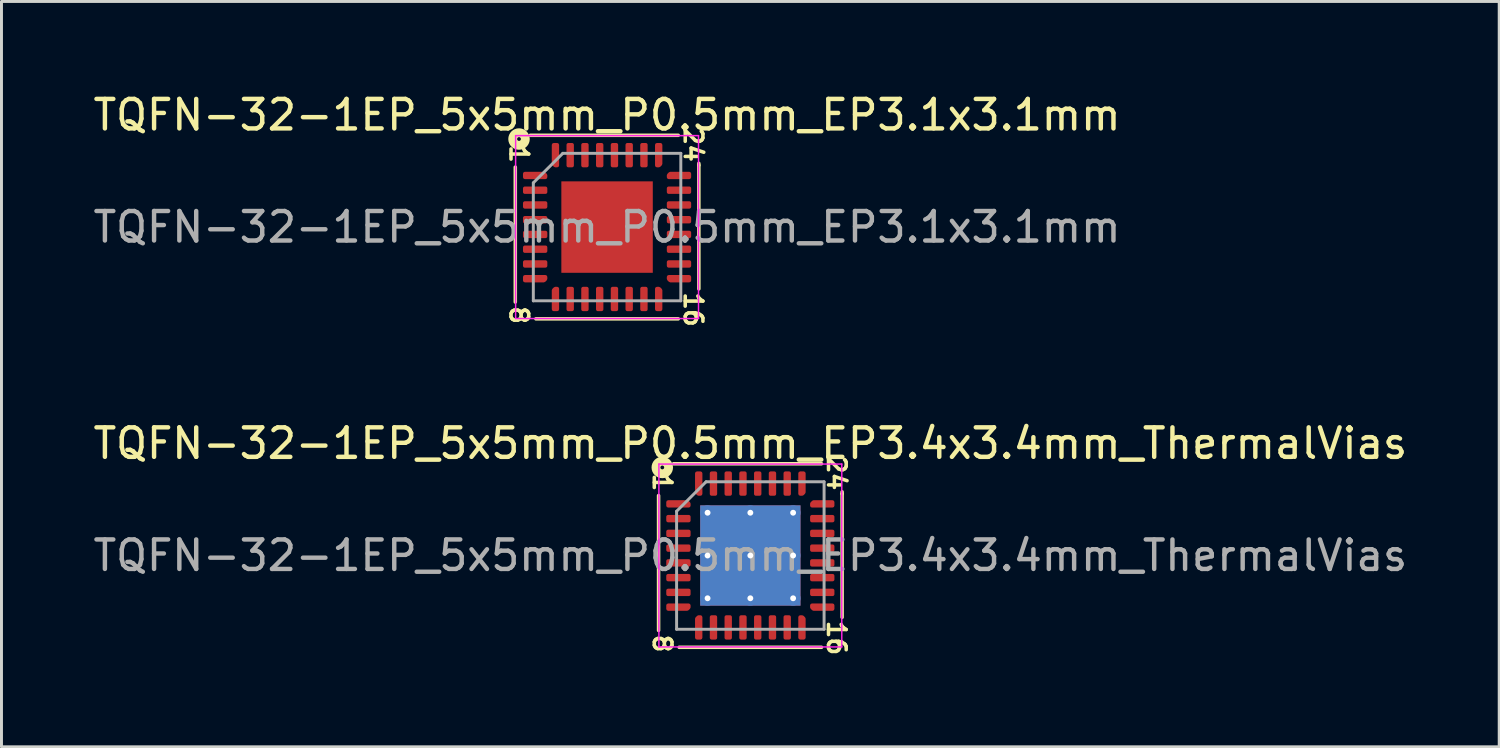
<source format=kicad_pcb>
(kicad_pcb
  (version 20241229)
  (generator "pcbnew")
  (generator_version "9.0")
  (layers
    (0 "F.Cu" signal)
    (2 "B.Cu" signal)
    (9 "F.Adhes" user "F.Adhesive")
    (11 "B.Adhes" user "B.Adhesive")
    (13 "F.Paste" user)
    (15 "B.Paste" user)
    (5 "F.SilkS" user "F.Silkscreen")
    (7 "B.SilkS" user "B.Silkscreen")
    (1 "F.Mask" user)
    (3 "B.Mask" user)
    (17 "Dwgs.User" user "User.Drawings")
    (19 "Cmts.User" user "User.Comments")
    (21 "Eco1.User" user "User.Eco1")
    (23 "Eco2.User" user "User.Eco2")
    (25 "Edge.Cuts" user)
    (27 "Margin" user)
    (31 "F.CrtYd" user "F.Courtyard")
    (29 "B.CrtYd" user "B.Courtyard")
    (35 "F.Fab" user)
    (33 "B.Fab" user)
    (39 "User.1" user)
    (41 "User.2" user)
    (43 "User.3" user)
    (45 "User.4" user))
  (footprint "TQFN-32-1EP_5x5mm_P0.5mm_EP3.1x3.1mm"
    (layer "F.Cu")
    (at 17.53 4.648)
    (property "Reference" "TQFN-32-1EP_5x5mm_P0.5mm_EP3.1x3.1mm" (at 0 -3.8 0) (layer "F.SilkS") (effects (font (size 1 1) (thickness 0.15))))
    (attr smd)
    (fp_line (start -3.111 -2.032) (end -3.111 2.54) (stroke (width 0.12) (type solid)) (layer "F.SilkS"))
    (fp_line (start -2.413 3.111) (end 2.413 3.111) (stroke (width 0.12) (type solid)) (layer "F.SilkS"))
    (fp_line (start 2.413 -3.111) (end -2.603 -3.111) (stroke (width 0.12) (type solid)) (layer "F.SilkS"))
    (fp_line (start 3.111 -2.095) (end 3.111 -2.159) (stroke (width 0.12) (type solid)) (layer "F.SilkS"))
    (fp_line (start 3.111 2.095) (end 3.111 -2.095) (stroke (width 0.12) (type solid)) (layer "F.SilkS"))
    (fp_circle (center -2.985 -2.985) (end -2.921 -2.985) (stroke (width 0.3) (type solid)) (fill no) (layer "F.SilkS"))
    (fp_line (start -3.1 -3.1) (end -3.1 3.1) (stroke (width 0.05) (type solid)) (layer "F.CrtYd"))
    (fp_line (start -3.1 3.1) (end 3.1 3.1) (stroke (width 0.05) (type solid)) (layer "F.CrtYd"))
    (fp_line (start 3.1 -3.1) (end -3.1 -3.1) (stroke (width 0.05) (type solid)) (layer "F.CrtYd"))
    (fp_line (start 3.1 3.1) (end 3.1 -3.1) (stroke (width 0.05) (type solid)) (layer "F.CrtYd"))
    (fp_line (start -2.5 -1.5) (end -1.5 -2.5) (stroke (width 0.1) (type solid)) (layer "F.Fab"))
    (fp_line (start -2.5 2.5) (end -2.5 -1.5) (stroke (width 0.1) (type solid)) (layer "F.Fab"))
    (fp_line (start -1.5 -2.5) (end 2.5 -2.5) (stroke (width 0.1) (type solid)) (layer "F.Fab"))
    (fp_line (start 2.5 -2.5) (end 2.5 2.5) (stroke (width 0.1) (type solid)) (layer "F.Fab"))
    (fp_line (start 2.5 2.5) (end -2.5 2.5) (stroke (width 0.1) (type solid)) (layer "F.Fab"))
    (fp_text user "8" (at -2.985 2.985 270) (unlocked yes) (layer "F.SilkS") (effects (font (size 0.6 0.6) (thickness 0.12))))
    (fp_text user "1" (at -2.985 -2.477 270) (unlocked yes) (layer "F.SilkS") (effects (font (size 0.6 0.6) (thickness 0.12))))
    (fp_text user "24" (at 2.921 -2.794 270) (unlocked yes) (layer "F.SilkS") (effects (font (size 0.6 0.6) (thickness 0.12))))
    (fp_text user "16" (at 2.921 2.794 270) (unlocked yes) (layer "F.SilkS") (effects (font (size 0.6 0.6) (thickness 0.12))))
    (fp_text user "${REFERENCE}" (at 0 0 0) (layer "F.Fab") (effects (font (size 1 1) (thickness 0.15))))
    (pad "" smd roundrect (at -0.775 -0.775) (size 1.25 1.25) (layers "F.Paste") (roundrect_rratio 0.2))
    (pad "" smd roundrect (at -0.775 0.775) (size 1.25 1.25) (layers "F.Paste") (roundrect_rratio 0.2))
    (pad "" smd roundrect (at 0.775 -0.775) (size 1.25 1.25) (layers "F.Paste") (roundrect_rratio 0.2))
    (pad "" smd roundrect (at 0.775 0.775) (size 1.25 1.25) (layers "F.Paste") (roundrect_rratio 0.2))
    (pad "1" smd custom (at -2.438 -1.75) (size 0.186 0.186) (layers "F.Cu" "F.Mask" "F.Paste") (options (anchor circle)) (primitives (gr_poly (pts (xy 0.35 -0.009) (xy 0.35 0.062) (xy -0.35 0.062) (xy -0.35 -0.062) (xy 0.297 -0.062)) (width 0.125) (fill yes))))
    (pad "2" smd roundrect (at -2.438 -1.25) (size 0.825 0.25) (layers "F.Cu" "F.Mask" "F.Paste") (roundrect_rratio 0.25))
    (pad "3" smd roundrect (at -2.438 -0.75) (size 0.825 0.25) (layers "F.Cu" "F.Mask" "F.Paste") (roundrect_rratio 0.25))
    (pad "4" smd roundrect (at -2.438 -0.25) (size 0.825 0.25) (layers "F.Cu" "F.Mask" "F.Paste") (roundrect_rratio 0.25))
    (pad "5" smd roundrect (at -2.438 0.25) (size 0.825 0.25) (layers "F.Cu" "F.Mask" "F.Paste") (roundrect_rratio 0.25))
    (pad "6" smd roundrect (at -2.438 0.75) (size 0.825 0.25) (layers "F.Cu" "F.Mask" "F.Paste") (roundrect_rratio 0.25))
    (pad "7" smd roundrect (at -2.438 1.25) (size 0.825 0.25) (layers "F.Cu" "F.Mask" "F.Paste") (roundrect_rratio 0.25))
    (pad "8" smd custom (at -2.438 1.75) (size 0.186 0.186) (layers "F.Cu" "F.Mask" "F.Paste") (options (anchor circle)) (primitives (gr_poly (pts (xy 0.35 0.009) (xy 0.297 0.062) (xy -0.35 0.062) (xy -0.35 -0.062) (xy 0.35 -0.062)) (width 0.125) (fill yes))))
    (pad "9" smd custom (at -1.75 2.438) (size 0.186 0.186) (layers "F.Cu" "F.Mask" "F.Paste") (options (anchor circle)) (primitives (gr_poly (pts (xy 0.062 0.35) (xy -0.062 0.35) (xy -0.062 -0.297) (xy -0.009 -0.35) (xy 0.062 -0.35)) (width 0.125) (fill yes))))
    (pad "10" smd roundrect (at -1.25 2.438) (size 0.25 0.825) (layers "F.Cu" "F.Mask" "F.Paste") (roundrect_rratio 0.25))
    (pad "11" smd roundrect (at -0.75 2.438) (size 0.25 0.825) (layers "F.Cu" "F.Mask" "F.Paste") (roundrect_rratio 0.25))
    (pad "12" smd roundrect (at -0.25 2.438) (size 0.25 0.825) (layers "F.Cu" "F.Mask" "F.Paste") (roundrect_rratio 0.25))
    (pad "13" smd roundrect (at 0.25 2.438) (size 0.25 0.825) (layers "F.Cu" "F.Mask" "F.Paste") (roundrect_rratio 0.25))
    (pad "14" smd roundrect (at 0.75 2.438) (size 0.25 0.825) (layers "F.Cu" "F.Mask" "F.Paste") (roundrect_rratio 0.25))
    (pad "15" smd roundrect (at 1.25 2.438) (size 0.25 0.825) (layers "F.Cu" "F.Mask" "F.Paste") (roundrect_rratio 0.25))
    (pad "16" smd custom (at 1.75 2.438) (size 0.186 0.186) (layers "F.Cu" "F.Mask" "F.Paste") (options (anchor circle)) (primitives (gr_poly (pts (xy 0.062 -0.297) (xy 0.062 0.35) (xy -0.062 0.35) (xy -0.062 -0.35) (xy 0.009 -0.35)) (width 0.125) (fill yes))))
    (pad "17" smd custom (at 2.438 1.75) (size 0.186 0.186) (layers "F.Cu" "F.Mask" "F.Paste") (options (anchor circle)) (primitives (gr_poly (pts (xy 0.35 0.062) (xy -0.297 0.062) (xy -0.35 0.009) (xy -0.35 -0.062) (xy 0.35 -0.062)) (width 0.125) (fill yes))))
    (pad "18" smd roundrect (at 2.438 1.25) (size 0.825 0.25) (layers "F.Cu" "F.Mask" "F.Paste") (roundrect_rratio 0.25))
    (pad "19" smd roundrect (at 2.438 0.75) (size 0.825 0.25) (layers "F.Cu" "F.Mask" "F.Paste") (roundrect_rratio 0.25))
    (pad "20" smd roundrect (at 2.438 0.25) (size 0.825 0.25) (layers "F.Cu" "F.Mask" "F.Paste") (roundrect_rratio 0.25))
    (pad "21" smd roundrect (at 2.438 -0.25) (size 0.825 0.25) (layers "F.Cu" "F.Mask" "F.Paste") (roundrect_rratio 0.25))
    (pad "22" smd roundrect (at 2.438 -0.75) (size 0.825 0.25) (layers "F.Cu" "F.Mask" "F.Paste") (roundrect_rratio 0.25))
    (pad "23" smd roundrect (at 2.438 -1.25) (size 0.825 0.25) (layers "F.Cu" "F.Mask" "F.Paste") (roundrect_rratio 0.25))
    (pad "24" smd custom (at 2.438 -1.75) (size 0.186 0.186) (layers "F.Cu" "F.Mask" "F.Paste") (options (anchor circle)) (primitives (gr_poly (pts (xy 0.35 0.062) (xy -0.35 0.062) (xy -0.35 -0.009) (xy -0.297 -0.062) (xy 0.35 -0.062)) (width 0.125) (fill yes))))
    (pad "25" smd custom (at 1.75 -2.438) (size 0.186 0.186) (layers "F.Cu" "F.Mask" "F.Paste") (options (anchor circle)) (primitives (gr_poly (pts (xy 0.062 0.297) (xy 0.009 0.35) (xy -0.062 0.35) (xy -0.062 -0.35) (xy 0.062 -0.35)) (width 0.125) (fill yes))))
    (pad "26" smd roundrect (at 1.25 -2.438) (size 0.25 0.825) (layers "F.Cu" "F.Mask" "F.Paste") (roundrect_rratio 0.25))
    (pad "27" smd roundrect (at 0.75 -2.438) (size 0.25 0.825) (layers "F.Cu" "F.Mask" "F.Paste") (roundrect_rratio 0.25))
    (pad "28" smd roundrect (at 0.25 -2.438) (size 0.25 0.825) (layers "F.Cu" "F.Mask" "F.Paste") (roundrect_rratio 0.25))
    (pad "29" smd roundrect (at -0.25 -2.438) (size 0.25 0.825) (layers "F.Cu" "F.Mask" "F.Paste") (roundrect_rratio 0.25))
    (pad "30" smd roundrect (at -0.75 -2.438) (size 0.25 0.825) (layers "F.Cu" "F.Mask" "F.Paste") (roundrect_rratio 0.25))
    (pad "31" smd roundrect (at -1.25 -2.438) (size 0.25 0.825) (layers "F.Cu" "F.Mask" "F.Paste") (roundrect_rratio 0.25))
    (pad "32" smd custom (at -1.75 -2.438) (size 0.186 0.186) (layers "F.Cu" "F.Mask" "F.Paste") (options (anchor circle)) (primitives (gr_poly (pts (xy 0.062 0.35) (xy -0.009 0.35) (xy -0.062 0.297) (xy -0.062 -0.35) (xy 0.062 -0.35)) (width 0.125) (fill yes))))
    (pad "33" smd rect (at 0 0) (size 3.1 3.1) (layers "F.Cu" "F.Mask")))
  (footprint "TQFN-32-1EP_5x5mm_P0.5mm_EP3.4x3.4mm_ThermalVias"
    (layer "F.Cu")
    (at 22.387 15.782)
    (property "Reference" "TQFN-32-1EP_5x5mm_P0.5mm_EP3.4x3.4mm_ThermalVias" (at 0 -3.8 0) (layer "F.SilkS") (effects (font (size 1 1) (thickness 0.15))))
    (attr smd)
    (fp_line (start -3.111 -2.032) (end -3.111 2.54) (stroke (width 0.12) (type solid)) (layer "F.SilkS"))
    (fp_line (start -2.413 3.111) (end 2.413 3.111) (stroke (width 0.12) (type solid)) (layer "F.SilkS"))
    (fp_line (start 2.413 -3.111) (end -2.603 -3.111) (stroke (width 0.12) (type solid)) (layer "F.SilkS"))
    (fp_line (start 3.111 -2.095) (end 3.111 -2.159) (stroke (width 0.12) (type solid)) (layer "F.SilkS"))
    (fp_line (start 3.111 2.095) (end 3.111 -2.095) (stroke (width 0.12) (type solid)) (layer "F.SilkS"))
    (fp_circle (center -2.985 -2.985) (end -2.921 -2.985) (stroke (width 0.3) (type solid)) (fill no) (layer "F.SilkS"))
    (fp_line (start -3.1 -3.1) (end -3.1 3.1) (stroke (width 0.05) (type solid)) (layer "F.CrtYd"))
    (fp_line (start -3.1 3.1) (end 3.1 3.1) (stroke (width 0.05) (type solid)) (layer "F.CrtYd"))
    (fp_line (start 3.1 -3.1) (end -3.1 -3.1) (stroke (width 0.05) (type solid)) (layer "F.CrtYd"))
    (fp_line (start 3.1 3.1) (end 3.1 -3.1) (stroke (width 0.05) (type solid)) (layer "F.CrtYd"))
    (fp_line (start -2.5 -1.5) (end -1.5 -2.5) (stroke (width 0.1) (type solid)) (layer "F.Fab"))
    (fp_line (start -2.5 2.5) (end -2.5 -1.5) (stroke (width 0.1) (type solid)) (layer "F.Fab"))
    (fp_line (start -1.5 -2.5) (end 2.5 -2.5) (stroke (width 0.1) (type solid)) (layer "F.Fab"))
    (fp_line (start 2.5 -2.5) (end 2.5 2.5) (stroke (width 0.1) (type solid)) (layer "F.Fab"))
    (fp_line (start 2.5 2.5) (end -2.5 2.5) (stroke (width 0.1) (type solid)) (layer "F.Fab"))
    (fp_text user "16" (at 2.921 2.794 270) (unlocked yes) (layer "F.SilkS") (effects (font (size 0.6 0.6) (thickness 0.12))))
    (fp_text user "24" (at 2.921 -2.794 270) (unlocked yes) (layer "F.SilkS") (effects (font (size 0.6 0.6) (thickness 0.12))))
    (fp_text user "8" (at -2.985 2.985 270) (unlocked yes) (layer "F.SilkS") (effects (font (size 0.6 0.6) (thickness 0.12))))
    (fp_text user "1" (at -2.985 -2.477 270) (unlocked yes) (layer "F.SilkS") (effects (font (size 0.6 0.6) (thickness 0.12))))
    (fp_text user "${REFERENCE}" (at 0 0 0) (layer "F.Fab") (effects (font (size 1 1) (thickness 0.15))))
    (pad "" smd roundrect (at -0.85 -0.85) (size 1.47 1.47) (layers "F.Paste") (roundrect_rratio 0.17))
    (pad "" smd roundrect (at -0.85 0.85) (size 1.47 1.47) (layers "F.Paste") (roundrect_rratio 0.17))
    (pad "" smd roundrect (at 0.85 -0.85) (size 1.47 1.47) (layers "F.Paste") (roundrect_rratio 0.17))
    (pad "" smd roundrect (at 0.85 0.85) (size 1.47 1.47) (layers "F.Paste") (roundrect_rratio 0.17))
    (pad "1" smd custom (at -2.438 -1.75) (size 0.186 0.186) (layers "F.Cu" "F.Mask" "F.Paste") (options (anchor circle)) (primitives (gr_poly (pts (xy 0.35 -0.009) (xy 0.35 0.062) (xy -0.35 0.062) (xy -0.35 -0.062) (xy 0.297 -0.062)) (width 0.125) (fill yes))))
    (pad "2" smd roundrect (at -2.438 -1.25) (size 0.825 0.25) (layers "F.Cu" "F.Mask" "F.Paste") (roundrect_rratio 0.25))
    (pad "3" smd roundrect (at -2.438 -0.75) (size 0.825 0.25) (layers "F.Cu" "F.Mask" "F.Paste") (roundrect_rratio 0.25))
    (pad "4" smd roundrect (at -2.438 -0.25) (size 0.825 0.25) (layers "F.Cu" "F.Mask" "F.Paste") (roundrect_rratio 0.25))
    (pad "5" smd roundrect (at -2.438 0.25) (size 0.825 0.25) (layers "F.Cu" "F.Mask" "F.Paste") (roundrect_rratio 0.25))
    (pad "6" smd roundrect (at -2.438 0.75) (size 0.825 0.25) (layers "F.Cu" "F.Mask" "F.Paste") (roundrect_rratio 0.25))
    (pad "7" smd roundrect (at -2.438 1.25) (size 0.825 0.25) (layers "F.Cu" "F.Mask" "F.Paste") (roundrect_rratio 0.25))
    (pad "8" smd custom (at -2.438 1.75) (size 0.186 0.186) (layers "F.Cu" "F.Mask" "F.Paste") (options (anchor circle)) (primitives (gr_poly (pts (xy 0.35 0.009) (xy 0.297 0.062) (xy -0.35 0.062) (xy -0.35 -0.062) (xy 0.35 -0.062)) (width 0.125) (fill yes))))
    (pad "9" smd custom (at -1.75 2.438) (size 0.186 0.186) (layers "F.Cu" "F.Mask" "F.Paste") (options (anchor circle)) (primitives (gr_poly (pts (xy 0.062 0.35) (xy -0.062 0.35) (xy -0.062 -0.297) (xy -0.009 -0.35) (xy 0.062 -0.35)) (width 0.125) (fill yes))))
    (pad "10" smd roundrect (at -1.25 2.438) (size 0.25 0.825) (layers "F.Cu" "F.Mask" "F.Paste") (roundrect_rratio 0.25))
    (pad "11" smd roundrect (at -0.75 2.438) (size 0.25 0.825) (layers "F.Cu" "F.Mask" "F.Paste") (roundrect_rratio 0.25))
    (pad "12" smd roundrect (at -0.25 2.438) (size 0.25 0.825) (layers "F.Cu" "F.Mask" "F.Paste") (roundrect_rratio 0.25))
    (pad "13" smd roundrect (at 0.25 2.438) (size 0.25 0.825) (layers "F.Cu" "F.Mask" "F.Paste") (roundrect_rratio 0.25))
    (pad "14" smd roundrect (at 0.75 2.438) (size 0.25 0.825) (layers "F.Cu" "F.Mask" "F.Paste") (roundrect_rratio 0.25))
    (pad "15" smd roundrect (at 1.25 2.438) (size 0.25 0.825) (layers "F.Cu" "F.Mask" "F.Paste") (roundrect_rratio 0.25))
    (pad "16" smd custom (at 1.75 2.438) (size 0.186 0.186) (layers "F.Cu" "F.Mask" "F.Paste") (options (anchor circle)) (primitives (gr_poly (pts (xy 0.062 -0.297) (xy 0.062 0.35) (xy -0.062 0.35) (xy -0.062 -0.35) (xy 0.009 -0.35)) (width 0.125) (fill yes))))
    (pad "17" smd custom (at 2.438 1.75) (size 0.186 0.186) (layers "F.Cu" "F.Mask" "F.Paste") (options (anchor circle)) (primitives (gr_poly (pts (xy 0.35 0.062) (xy -0.297 0.062) (xy -0.35 0.009) (xy -0.35 -0.062) (xy 0.35 -0.062)) (width 0.125) (fill yes))))
    (pad "18" smd roundrect (at 2.438 1.25) (size 0.825 0.25) (layers "F.Cu" "F.Mask" "F.Paste") (roundrect_rratio 0.25))
    (pad "19" smd roundrect (at 2.438 0.75) (size 0.825 0.25) (layers "F.Cu" "F.Mask" "F.Paste") (roundrect_rratio 0.25))
    (pad "20" smd roundrect (at 2.438 0.25) (size 0.825 0.25) (layers "F.Cu" "F.Mask" "F.Paste") (roundrect_rratio 0.25))
    (pad "21" smd roundrect (at 2.438 -0.25) (size 0.825 0.25) (layers "F.Cu" "F.Mask" "F.Paste") (roundrect_rratio 0.25))
    (pad "22" smd roundrect (at 2.438 -0.75) (size 0.825 0.25) (layers "F.Cu" "F.Mask" "F.Paste") (roundrect_rratio 0.25))
    (pad "23" smd roundrect (at 2.438 -1.25) (size 0.825 0.25) (layers "F.Cu" "F.Mask" "F.Paste") (roundrect_rratio 0.25))
    (pad "24" smd custom (at 2.438 -1.75) (size 0.186 0.186) (layers "F.Cu" "F.Mask" "F.Paste") (options (anchor circle)) (primitives (gr_poly (pts (xy 0.35 0.062) (xy -0.35 0.062) (xy -0.35 -0.009) (xy -0.297 -0.062) (xy 0.35 -0.062)) (width 0.125) (fill yes))))
    (pad "25" smd custom (at 1.75 -2.438) (size 0.186 0.186) (layers "F.Cu" "F.Mask" "F.Paste") (options (anchor circle)) (primitives (gr_poly (pts (xy 0.062 0.297) (xy 0.009 0.35) (xy -0.062 0.35) (xy -0.062 -0.35) (xy 0.062 -0.35)) (width 0.125) (fill yes))))
    (pad "26" smd roundrect (at 1.25 -2.438) (size 0.25 0.825) (layers "F.Cu" "F.Mask" "F.Paste") (roundrect_rratio 0.25))
    (pad "27" smd roundrect (at 0.75 -2.438) (size 0.25 0.825) (layers "F.Cu" "F.Mask" "F.Paste") (roundrect_rratio 0.25))
    (pad "28" smd roundrect (at 0.25 -2.438) (size 0.25 0.825) (layers "F.Cu" "F.Mask" "F.Paste") (roundrect_rratio 0.25))
    (pad "29" smd roundrect (at -0.25 -2.438) (size 0.25 0.825) (layers "F.Cu" "F.Mask" "F.Paste") (roundrect_rratio 0.25))
    (pad "30" smd roundrect (at -0.75 -2.438) (size 0.25 0.825) (layers "F.Cu" "F.Mask" "F.Paste") (roundrect_rratio 0.25))
    (pad "31" smd roundrect (at -1.25 -2.438) (size 0.25 0.825) (layers "F.Cu" "F.Mask" "F.Paste") (roundrect_rratio 0.25))
    (pad "32" smd custom (at -1.75 -2.438) (size 0.186 0.186) (layers "F.Cu" "F.Mask" "F.Paste") (options (anchor circle)) (primitives (gr_poly (pts (xy 0.062 0.35) (xy -0.009 0.35) (xy -0.062 0.297) (xy -0.062 -0.35) (xy 0.062 -0.35)) (width 0.125) (fill yes))))
    (pad "33" thru_hole circle (at -1.45 -1.45) (size 0.5 0.5) (drill 0.2) (layers "*.Cu"))
    (pad "33" thru_hole circle (at -1.45 0) (size 0.5 0.5) (drill 0.2) (layers "*.Cu"))
    (pad "33" thru_hole circle (at -1.45 1.45) (size 0.5 0.5) (drill 0.2) (layers "*.Cu"))
    (pad "33" thru_hole circle (at 0 -1.45) (size 0.5 0.5) (drill 0.2) (layers "*.Cu"))
    (pad "33" thru_hole circle (at 0 0) (size 0.5 0.5) (drill 0.2) (layers "*.Cu"))
    (pad "33" smd rect (at 0 0) (size 3.4 3.4) (layers "F.Cu" "F.Mask"))
    (pad "33" smd rect (at 0 0) (size 3.4 3.4) (layers "B.Cu" "B.Mask"))
    (pad "33" thru_hole circle (at 0 1.45) (size 0.5 0.5) (drill 0.2) (layers "*.Cu"))
    (pad "33" thru_hole circle (at 1.45 -1.45) (size 0.5 0.5) (drill 0.2) (layers "*.Cu"))
    (pad "33" thru_hole circle (at 1.45 0) (size 0.5 0.5) (drill 0.2) (layers "*.Cu"))
    (pad "33" thru_hole circle (at 1.45 1.45) (size 0.5 0.5) (drill 0.2) (layers "*.Cu")))
  (gr_rect
    (start -3 -3)
    (end 47.774 22.267)
    (stroke (width 0.1) (type default))
    (fill no)
    (layer "Edge.Cuts")))
</source>
